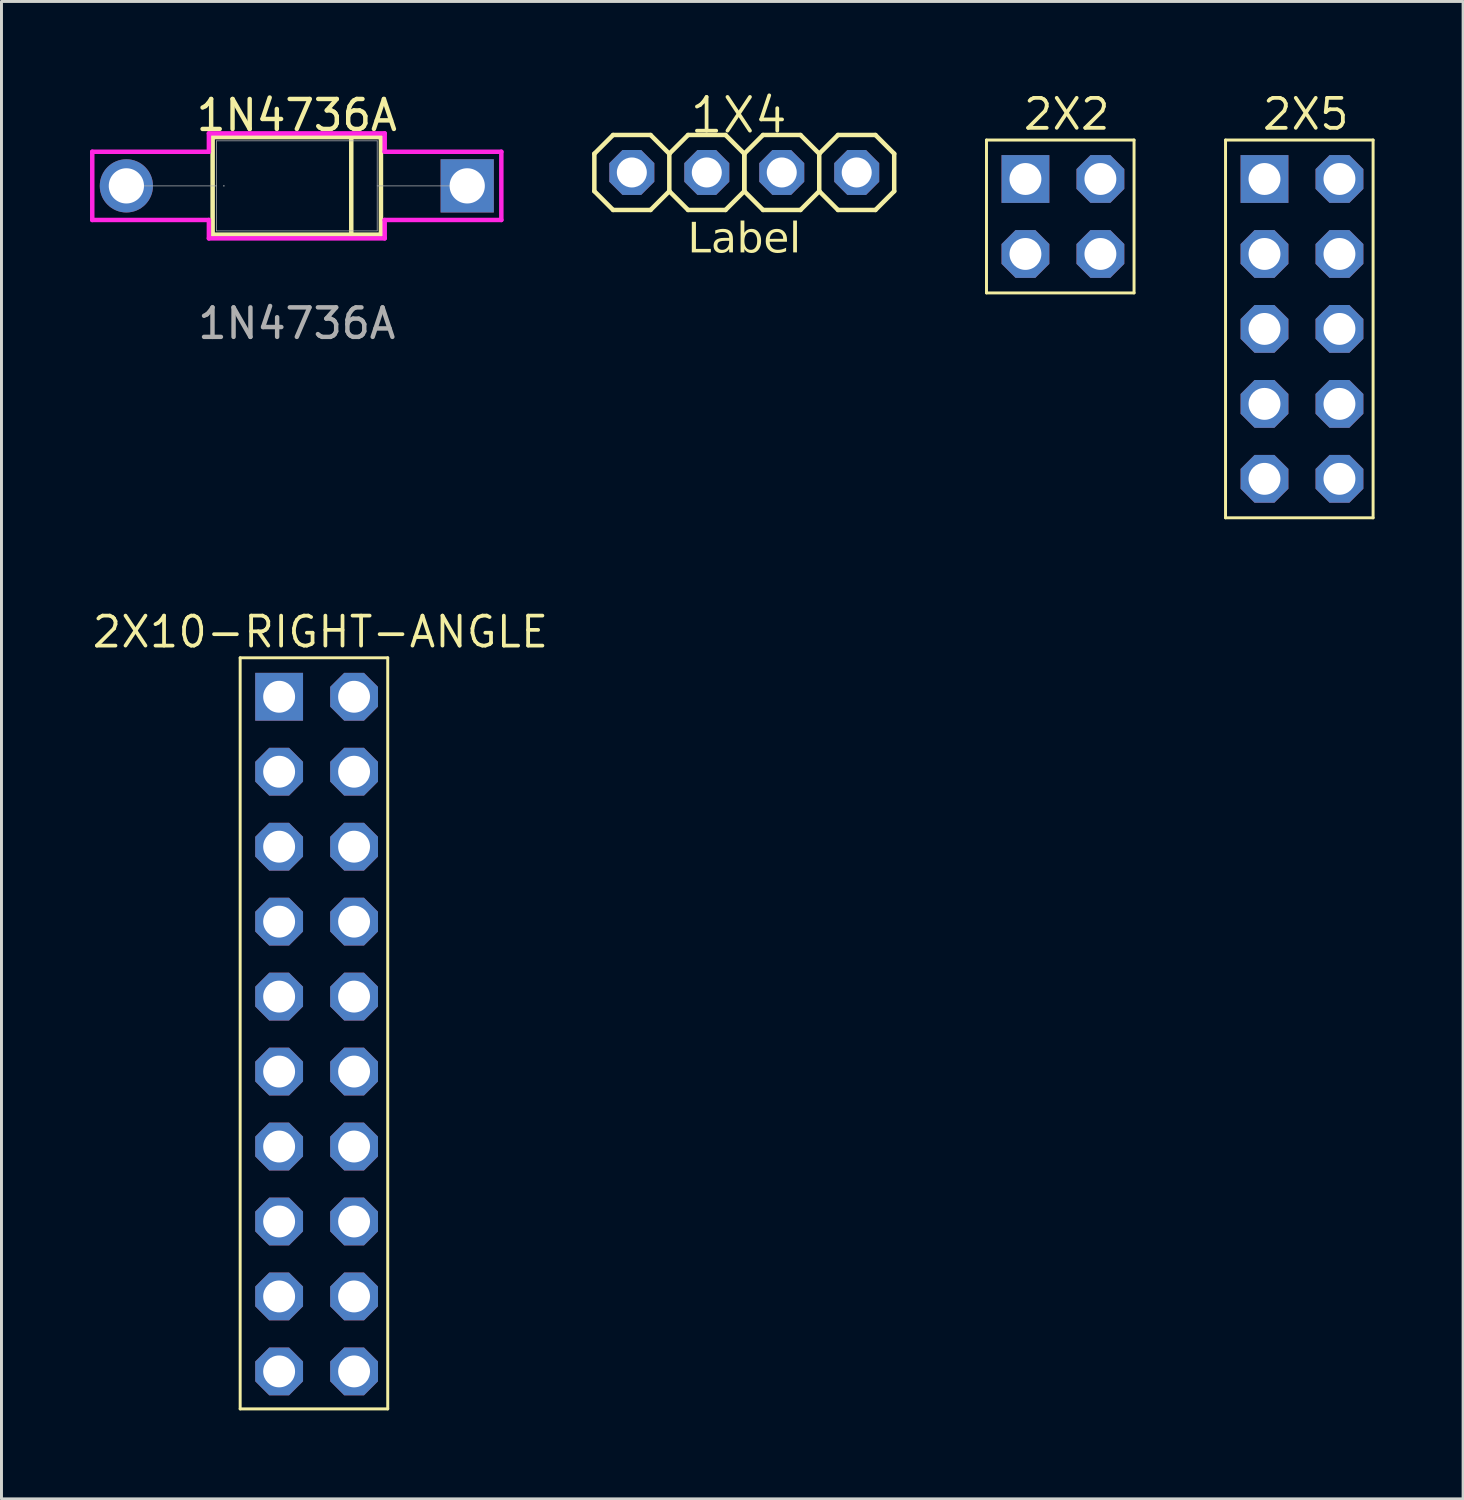
<source format=kicad_pcb>
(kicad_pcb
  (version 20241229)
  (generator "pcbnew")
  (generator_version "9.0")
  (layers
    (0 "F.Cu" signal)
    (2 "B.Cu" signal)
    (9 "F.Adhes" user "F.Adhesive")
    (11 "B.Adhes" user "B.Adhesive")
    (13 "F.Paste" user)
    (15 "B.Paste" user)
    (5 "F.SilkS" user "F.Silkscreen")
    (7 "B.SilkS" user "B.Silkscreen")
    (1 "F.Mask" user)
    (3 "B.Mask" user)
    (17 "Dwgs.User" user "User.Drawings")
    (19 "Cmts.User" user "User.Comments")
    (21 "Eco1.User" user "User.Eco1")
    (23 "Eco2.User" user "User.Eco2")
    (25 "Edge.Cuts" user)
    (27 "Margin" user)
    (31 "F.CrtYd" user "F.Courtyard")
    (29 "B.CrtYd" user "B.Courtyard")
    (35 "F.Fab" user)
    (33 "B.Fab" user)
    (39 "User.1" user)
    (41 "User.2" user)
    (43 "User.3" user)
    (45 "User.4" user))
  (footprint "1N4736A"
    (layer "F.Cu")
    (at 1.232 3.248)
    (property "Reference" "1N4736A" (at 5.775 -2.391 0) (unlocked yes) (layer "F.SilkS") (effects (font (size 1.016 1.016) (thickness 0.15))))
    (attr through_hole)
    (fp_line (start 2.923 -1.652) (end 2.923 1.652) (stroke (width 0.152) (type solid)) (layer "F.SilkS"))
    (fp_line (start 2.923 1.652) (end 8.626 1.652) (stroke (width 0.152) (type solid)) (layer "F.SilkS"))
    (fp_line (start 7.62 1.652) (end 7.62 -1.652) (stroke (width 0.152) (type solid)) (layer "F.SilkS"))
    (fp_line (start 8.626 -1.652) (end 2.923 -1.652) (stroke (width 0.152) (type solid)) (layer "F.SilkS"))
    (fp_line (start 8.626 1.652) (end 8.626 -1.652) (stroke (width 0.152) (type solid)) (layer "F.SilkS"))
    (fp_line (start -1.156 -1.156) (end 2.796 -1.156) (stroke (width 0.152) (type solid)) (layer "F.CrtYd"))
    (fp_line (start -1.156 1.156) (end -1.156 -1.156) (stroke (width 0.152) (type solid)) (layer "F.CrtYd"))
    (fp_line (start 2.796 -1.779) (end 8.753 -1.779) (stroke (width 0.152) (type solid)) (layer "F.CrtYd"))
    (fp_line (start 2.796 -1.156) (end 2.796 -1.779) (stroke (width 0.152) (type solid)) (layer "F.CrtYd"))
    (fp_line (start 2.796 1.156) (end -1.156 1.156) (stroke (width 0.152) (type solid)) (layer "F.CrtYd"))
    (fp_line (start 2.796 1.779) (end 2.796 1.156) (stroke (width 0.152) (type solid)) (layer "F.CrtYd"))
    (fp_line (start 2.796 1.779) (end 8.753 1.779) (stroke (width 0.152) (type solid)) (layer "F.CrtYd"))
    (fp_line (start 8.753 -1.779) (end 8.753 -1.156) (stroke (width 0.152) (type solid)) (layer "F.CrtYd"))
    (fp_line (start 8.753 -1.156) (end 12.705 -1.156) (stroke (width 0.152) (type solid)) (layer "F.CrtYd"))
    (fp_line (start 8.753 1.156) (end 8.753 1.779) (stroke (width 0.152) (type solid)) (layer "F.CrtYd"))
    (fp_line (start 12.705 -1.156) (end 12.705 1.156) (stroke (width 0.152) (type solid)) (layer "F.CrtYd"))
    (fp_line (start 12.705 1.156) (end 8.753 1.156) (stroke (width 0.152) (type solid)) (layer "F.CrtYd"))
    (fp_line (start 0 0) (end 3.05 0) (stroke (width 0.025) (type solid)) (layer "F.Fab"))
    (fp_line (start 3.05 -1.525) (end 3.05 1.525) (stroke (width 0.025) (type solid)) (layer "F.Fab"))
    (fp_line (start 3.05 1.525) (end 8.499 1.525) (stroke (width 0.025) (type solid)) (layer "F.Fab"))
    (fp_line (start 8.499 -1.525) (end 3.05 -1.525) (stroke (width 0.025) (type solid)) (layer "F.Fab"))
    (fp_line (start 8.499 1.525) (end 8.499 -1.525) (stroke (width 0.025) (type solid)) (layer "F.Fab"))
    (fp_line (start 11.549 0) (end 8.499 0) (stroke (width 0.025) (type solid)) (layer "F.Fab"))
    (fp_circle (center 3.304 0) (end 3.304 0) (stroke (width 0.025) (type solid)) (fill no) (layer "F.Fab"))
    (fp_text user "${REFERENCE}" (at 5.775 4.662 0) (unlocked yes) (layer "F.Fab") (effects (font (size 1 1) (thickness 0.15))))
    (pad "1" thru_hole circle (at 0 0) (size 1.803 1.803) (drill 1.194) (layers "*.Cu" "*.Mask"))
    (pad "2" thru_hole rect (at 11.549 0) (size 1.803 1.803) (drill 1.194) (layers "*.Cu" "*.Mask")))
  (footprint "2X2"
    (layer "F.Cu")
    (at 31.696 3.015)
    (property "Reference" "2X2" (at 1.398 -2.197 0) (layer "F.SilkS") (effects (font (size 1.016 1.016) (thickness 0.127))))
    (attr through_hole)
    (fp_line (start -1.32 -1.32) (end -1.32 3.86) (stroke (width 0.1) (type default)) (layer "F.SilkS"))
    (fp_line (start -1.32 -1.32) (end 3.68 -1.32) (stroke (width 0.1) (type default)) (layer "F.SilkS"))
    (fp_line (start -1.32 3.86) (end 3.68 3.86) (stroke (width 0.1) (type default)) (layer "F.SilkS"))
    (fp_line (start 3.68 -1.32) (end 3.68 3.86) (stroke (width 0.1) (type default)) (layer "F.SilkS"))
    (pad "1" thru_hole rect (at 0 0) (size 1.62 1.62) (drill 1.08) (layers "*.Cu" "*.Mask"))
    (pad "2" thru_hole roundrect (at 0 2.54) (size 1.62 1.62) (drill 1.08) (layers "*.Cu" "*.Mask") (roundrect_rratio 0.25) (chamfer_ratio 0.293) (chamfer top_left top_right bottom_left bottom_right))
    (pad "3" thru_hole roundrect (at 2.54 0) (size 1.62 1.62) (drill 1.08) (layers "*.Cu" "*.Mask") (roundrect_rratio 0.25) (chamfer_ratio 0.293) (chamfer top_left top_right bottom_left bottom_right))
    (pad "4" thru_hole roundrect (at 2.54 2.54) (size 1.62 1.62) (drill 1.08) (layers "*.Cu" "*.Mask") (roundrect_rratio 0.25) (chamfer_ratio 0.293) (chamfer top_left top_right bottom_left bottom_right)))
  (footprint "1X4"
    (layer "F.Cu")
    (at 20.899 2.794)
    (property "Reference" "1X4" (at -0.635 -1.27 0) (layer "F.SilkS") (effects (font (size 1.143 1.143) (thickness 0.127)) (justify left bottom)))
    (attr through_hole)
    (fp_line (start -3.81 -0.635) (end -3.81 0.635) (stroke (width 0.152) (type solid)) (layer "F.SilkS"))
    (fp_line (start -3.81 0.635) (end -3.175 1.27) (stroke (width 0.152) (type solid)) (layer "F.SilkS"))
    (fp_line (start -3.175 -1.27) (end -3.81 -0.635) (stroke (width 0.152) (type solid)) (layer "F.SilkS"))
    (fp_line (start -3.175 -1.27) (end -1.905 -1.27) (stroke (width 0.152) (type solid)) (layer "F.SilkS"))
    (fp_line (start -1.905 -1.27) (end -1.27 -0.635) (stroke (width 0.152) (type solid)) (layer "F.SilkS"))
    (fp_line (start -1.905 1.27) (end -3.175 1.27) (stroke (width 0.152) (type solid)) (layer "F.SilkS"))
    (fp_line (start -1.27 -0.635) (end -1.27 0.635) (stroke (width 0.152) (type solid)) (layer "F.SilkS"))
    (fp_line (start -1.27 -0.635) (end -0.635 -1.27) (stroke (width 0.152) (type solid)) (layer "F.SilkS"))
    (fp_line (start -1.27 0.635) (end -1.905 1.27) (stroke (width 0.152) (type solid)) (layer "F.SilkS"))
    (fp_line (start -0.635 -1.27) (end 0.635 -1.27) (stroke (width 0.152) (type solid)) (layer "F.SilkS"))
    (fp_line (start -0.635 1.27) (end -1.27 0.635) (stroke (width 0.152) (type solid)) (layer "F.SilkS"))
    (fp_line (start 0.635 -1.27) (end 1.27 -0.635) (stroke (width 0.152) (type solid)) (layer "F.SilkS"))
    (fp_line (start 0.635 1.27) (end -0.635 1.27) (stroke (width 0.152) (type solid)) (layer "F.SilkS"))
    (fp_line (start 1.27 -0.635) (end 1.27 0.635) (stroke (width 0.152) (type solid)) (layer "F.SilkS"))
    (fp_line (start 1.27 -0.635) (end 1.27 0.635) (stroke (width 0.152) (type solid)) (layer "F.SilkS"))
    (fp_line (start 1.27 0.635) (end 0.635 1.27) (stroke (width 0.152) (type solid)) (layer "F.SilkS"))
    (fp_line (start 1.27 0.635) (end 1.905 1.27) (stroke (width 0.152) (type solid)) (layer "F.SilkS"))
    (fp_line (start 1.905 -1.27) (end 1.27 -0.635) (stroke (width 0.152) (type solid)) (layer "F.SilkS"))
    (fp_line (start 1.905 -1.27) (end 3.175 -1.27) (stroke (width 0.152) (type solid)) (layer "F.SilkS"))
    (fp_line (start 3.175 -1.27) (end 3.81 -0.635) (stroke (width 0.152) (type solid)) (layer "F.SilkS"))
    (fp_line (start 3.175 1.27) (end 1.905 1.27) (stroke (width 0.152) (type solid)) (layer "F.SilkS"))
    (fp_line (start 3.81 -0.635) (end 3.81 0.635) (stroke (width 0.152) (type solid)) (layer "F.SilkS"))
    (fp_line (start 3.81 -0.635) (end 4.445 -1.27) (stroke (width 0.152) (type solid)) (layer "F.SilkS"))
    (fp_line (start 3.81 0.635) (end 3.175 1.27) (stroke (width 0.152) (type solid)) (layer "F.SilkS"))
    (fp_line (start 4.445 -1.27) (end 5.715 -1.27) (stroke (width 0.152) (type solid)) (layer "F.SilkS"))
    (fp_line (start 4.445 1.27) (end 3.81 0.635) (stroke (width 0.152) (type solid)) (layer "F.SilkS"))
    (fp_line (start 5.715 -1.27) (end 6.35 -0.635) (stroke (width 0.152) (type solid)) (layer "F.SilkS"))
    (fp_line (start 5.715 1.27) (end 4.445 1.27) (stroke (width 0.152) (type solid)) (layer "F.SilkS"))
    (fp_line (start 6.35 -0.635) (end 6.35 0.635) (stroke (width 0.152) (type solid)) (layer "F.SilkS"))
    (fp_line (start 6.35 0.635) (end 5.715 1.27) (stroke (width 0.152) (type solid)) (layer "F.SilkS"))
    (fp_poly (pts (xy -2.794 0.254) (xy -2.286 0.254) (xy -2.286 -0.254) (xy -2.794 -0.254)) (stroke (width 0.1) (type default)) (fill no) (layer "F.Fab"))
    (fp_poly (pts (xy -0.254 0.254) (xy 0.254 0.254) (xy 0.254 -0.254) (xy -0.254 -0.254)) (stroke (width 0.1) (type default)) (fill no) (layer "F.Fab"))
    (fp_poly (pts (xy 2.286 0.254) (xy 2.794 0.254) (xy 2.794 -0.254) (xy 2.286 -0.254)) (stroke (width 0.1) (type default)) (fill no) (layer "F.Fab"))
    (fp_poly (pts (xy 4.826 0.254) (xy 5.334 0.254) (xy 5.334 -0.254) (xy 4.826 -0.254)) (stroke (width 0.1) (type default)) (fill no) (layer "F.Fab"))
    (fp_text user "Label" (at 1.27 2.287 0) (layer "F.SilkS") (effects (font (face "Futura") (size 1.016 1.016) (thickness 0.127))))
    (pad "1" thru_hole roundrect (at -2.54 0 90) (size 1.524 1.524) (drill 1.016) (layers "*.Cu" "*.Mask") (roundrect_rratio 0.25) (chamfer_ratio 0.293) (chamfer top_left top_right bottom_left bottom_right))
    (pad "2" thru_hole roundrect (at 0 0 90) (size 1.524 1.524) (drill 1.016) (layers "*.Cu" "*.Mask") (roundrect_rratio 0.25) (chamfer_ratio 0.293) (chamfer top_left top_right bottom_left bottom_right))
    (pad "3" thru_hole roundrect (at 2.54 0 90) (size 1.524 1.524) (drill 1.016) (layers "*.Cu" "*.Mask") (roundrect_rratio 0.25) (chamfer_ratio 0.293) (chamfer top_left top_right bottom_left bottom_right))
    (pad "4" thru_hole roundrect (at 5.08 0 90) (size 1.524 1.524) (drill 1.016) (layers "*.Cu" "*.Mask") (roundrect_rratio 0.25) (chamfer_ratio 0.293) (chamfer top_left top_right bottom_left bottom_right)))
  (footprint "2X5"
    (layer "F.Cu")
    (at 39.796 3.015)
    (property "Reference" "2X5" (at 1.398 -2.197 0) (layer "F.SilkS") (effects (font (size 1.016 1.016) (thickness 0.127))))
    (attr through_hole)
    (fp_line (start -1.32 -1.32) (end -1.32 11.48) (stroke (width 0.1) (type default)) (layer "F.SilkS"))
    (fp_line (start -1.32 -1.32) (end 3.68 -1.32) (stroke (width 0.1) (type default)) (layer "F.SilkS"))
    (fp_line (start -1.32 11.48) (end 3.68 11.48) (stroke (width 0.1) (type default)) (layer "F.SilkS"))
    (fp_line (start 3.68 -1.32) (end 3.68 11.48) (stroke (width 0.1) (type default)) (layer "F.SilkS"))
    (pad "1" thru_hole rect (at 0 0) (size 1.62 1.62) (drill 1.08) (layers "*.Cu" "*.Mask"))
    (pad "2" thru_hole roundrect (at 0 2.54) (size 1.62 1.62) (drill 1.08) (layers "*.Cu" "*.Mask") (roundrect_rratio 0.25) (chamfer_ratio 0.293) (chamfer top_left top_right bottom_left bottom_right))
    (pad "3" thru_hole roundrect (at 0 5.08) (size 1.62 1.62) (drill 1.08) (layers "*.Cu" "*.Mask") (roundrect_rratio 0.25) (chamfer_ratio 0.293) (chamfer top_left top_right bottom_left bottom_right))
    (pad "4" thru_hole roundrect (at 0 7.62) (size 1.62 1.62) (drill 1.08) (layers "*.Cu" "*.Mask") (roundrect_rratio 0.25) (chamfer_ratio 0.293) (chamfer top_left top_right bottom_left bottom_right))
    (pad "5" thru_hole roundrect (at 0 10.16) (size 1.62 1.62) (drill 1.08) (layers "*.Cu" "*.Mask") (roundrect_rratio 0.25) (chamfer_ratio 0.293) (chamfer top_left top_right bottom_left bottom_right))
    (pad "6" thru_hole roundrect (at 2.54 0) (size 1.62 1.62) (drill 1.08) (layers "*.Cu" "*.Mask") (roundrect_rratio 0.25) (chamfer_ratio 0.293) (chamfer top_left top_right bottom_left bottom_right))
    (pad "7" thru_hole roundrect (at 2.54 2.54) (size 1.62 1.62) (drill 1.08) (layers "*.Cu" "*.Mask") (roundrect_rratio 0.25) (chamfer_ratio 0.293) (chamfer top_left top_right bottom_left bottom_right))
    (pad "8" thru_hole roundrect (at 2.54 5.08) (size 1.62 1.62) (drill 1.08) (layers "*.Cu" "*.Mask") (roundrect_rratio 0.25) (chamfer_ratio 0.293) (chamfer top_left top_right bottom_left bottom_right))
    (pad "9" thru_hole roundrect (at 2.54 7.62) (size 1.62 1.62) (drill 1.08) (layers "*.Cu" "*.Mask") (roundrect_rratio 0.25) (chamfer_ratio 0.293) (chamfer top_left top_right bottom_left bottom_right))
    (pad "10" thru_hole roundrect (at 2.54 10.16) (size 1.62 1.62) (drill 1.08) (layers "*.Cu" "*.Mask") (roundrect_rratio 0.25) (chamfer_ratio 0.293) (chamfer top_left top_right bottom_left bottom_right)))
  (footprint "2X10-RIGHT-ANGLE"
    (layer "F.Cu")
    (at 6.408 20.559)
    (property "Reference" "2X10-RIGHT-ANGLE" (at 1.398 -2.197 0) (layer "F.SilkS") (effects (font (size 1.016 1.016) (thickness 0.127))))
    (attr through_hole)
    (fp_line (start -1.32 -1.32) (end -1.32 24.13) (stroke (width 0.1) (type default)) (layer "F.SilkS"))
    (fp_line (start -1.32 -1.32) (end 3.68 -1.32) (stroke (width 0.1) (type default)) (layer "F.SilkS"))
    (fp_line (start -1.32 24.13) (end 3.68 24.13) (stroke (width 0.1) (type default)) (layer "F.SilkS"))
    (fp_line (start 3.68 -1.32) (end 3.68 24.13) (stroke (width 0.1) (type default)) (layer "F.SilkS"))
    (pad "1" thru_hole rect (at 0 0) (size 1.62 1.62) (drill 1.08) (layers "*.Cu" "*.Mask"))
    (pad "2" thru_hole roundrect (at 0 2.54) (size 1.62 1.62) (drill 1.08) (layers "*.Cu" "*.Mask") (roundrect_rratio 0.25) (chamfer_ratio 0.293) (chamfer top_left top_right bottom_left bottom_right))
    (pad "3" thru_hole roundrect (at 0 5.08) (size 1.62 1.62) (drill 1.08) (layers "*.Cu" "*.Mask") (roundrect_rratio 0.25) (chamfer_ratio 0.293) (chamfer top_left top_right bottom_left bottom_right))
    (pad "4" thru_hole roundrect (at 0 7.62) (size 1.62 1.62) (drill 1.08) (layers "*.Cu" "*.Mask") (roundrect_rratio 0.25) (chamfer_ratio 0.293) (chamfer top_left top_right bottom_left bottom_right))
    (pad "5" thru_hole roundrect (at 0 10.16) (size 1.62 1.62) (drill 1.08) (layers "*.Cu" "*.Mask") (roundrect_rratio 0.25) (chamfer_ratio 0.293) (chamfer top_left top_right bottom_left bottom_right))
    (pad "6" thru_hole roundrect (at 0 12.7) (size 1.62 1.62) (drill 1.08) (layers "*.Cu" "*.Mask") (roundrect_rratio 0.25) (chamfer_ratio 0.293) (chamfer top_left top_right bottom_left bottom_right))
    (pad "7" thru_hole roundrect (at 0 15.24) (size 1.62 1.62) (drill 1.08) (layers "*.Cu" "*.Mask") (roundrect_rratio 0.25) (chamfer_ratio 0.293) (chamfer top_left top_right bottom_left bottom_right))
    (pad "8" thru_hole roundrect (at 0 17.78) (size 1.62 1.62) (drill 1.08) (layers "*.Cu" "*.Mask") (roundrect_rratio 0.25) (chamfer_ratio 0.293) (chamfer top_left top_right bottom_left bottom_right))
    (pad "9" thru_hole roundrect (at 0 20.32) (size 1.62 1.62) (drill 1.08) (layers "*.Cu" "*.Mask") (roundrect_rratio 0.25) (chamfer_ratio 0.293) (chamfer top_left top_right bottom_left bottom_right))
    (pad "10" thru_hole roundrect (at 0 22.86) (size 1.62 1.62) (drill 1.08) (layers "*.Cu" "*.Mask") (roundrect_rratio 0.25) (chamfer_ratio 0.293) (chamfer top_left top_right bottom_left bottom_right))
    (pad "11" thru_hole roundrect (at 2.54 0) (size 1.62 1.62) (drill 1.08) (layers "*.Cu" "*.Mask") (roundrect_rratio 0.25) (chamfer_ratio 0.293) (chamfer top_left top_right bottom_left bottom_right))
    (pad "12" thru_hole roundrect (at 2.54 2.54) (size 1.62 1.62) (drill 1.08) (layers "*.Cu" "*.Mask") (roundrect_rratio 0.25) (chamfer_ratio 0.293) (chamfer top_left top_right bottom_left bottom_right))
    (pad "13" thru_hole roundrect (at 2.54 5.08) (size 1.62 1.62) (drill 1.08) (layers "*.Cu" "*.Mask") (roundrect_rratio 0.25) (chamfer_ratio 0.293) (chamfer top_left top_right bottom_left bottom_right))
    (pad "14" thru_hole roundrect (at 2.54 7.62) (size 1.62 1.62) (drill 1.08) (layers "*.Cu" "*.Mask") (roundrect_rratio 0.25) (chamfer_ratio 0.293) (chamfer top_left top_right bottom_left bottom_right))
    (pad "15" thru_hole roundrect (at 2.54 10.16) (size 1.62 1.62) (drill 1.08) (layers "*.Cu" "*.Mask") (roundrect_rratio 0.25) (chamfer_ratio 0.293) (chamfer top_left top_right bottom_left bottom_right))
    (pad "16" thru_hole roundrect (at 2.54 12.7) (size 1.62 1.62) (drill 1.08) (layers "*.Cu" "*.Mask") (roundrect_rratio 0.25) (chamfer_ratio 0.293) (chamfer top_left top_right bottom_left bottom_right))
    (pad "17" thru_hole roundrect (at 2.54 15.24) (size 1.62 1.62) (drill 1.08) (layers "*.Cu" "*.Mask") (roundrect_rratio 0.25) (chamfer_ratio 0.293) (chamfer top_left top_right bottom_left bottom_right))
    (pad "18" thru_hole roundrect (at 2.54 17.78) (size 1.62 1.62) (drill 1.08) (layers "*.Cu" "*.Mask") (roundrect_rratio 0.25) (chamfer_ratio 0.293) (chamfer top_left top_right bottom_left bottom_right))
    (pad "19" thru_hole roundrect (at 2.54 20.32) (size 1.62 1.62) (drill 1.08) (layers "*.Cu" "*.Mask") (roundrect_rratio 0.25) (chamfer_ratio 0.293) (chamfer top_left top_right bottom_left bottom_right))
    (pad "20" thru_hole roundrect (at 2.54 22.86) (size 1.62 1.62) (drill 1.08) (layers "*.Cu" "*.Mask") (roundrect_rratio 0.25) (chamfer_ratio 0.293) (chamfer top_left top_right bottom_left bottom_right)))
  (gr_rect
    (start -3 -3)
    (end 46.526 47.739)
    (stroke (width 0.1) (type default))
    (fill no)
    (layer "Edge.Cuts")))
</source>
